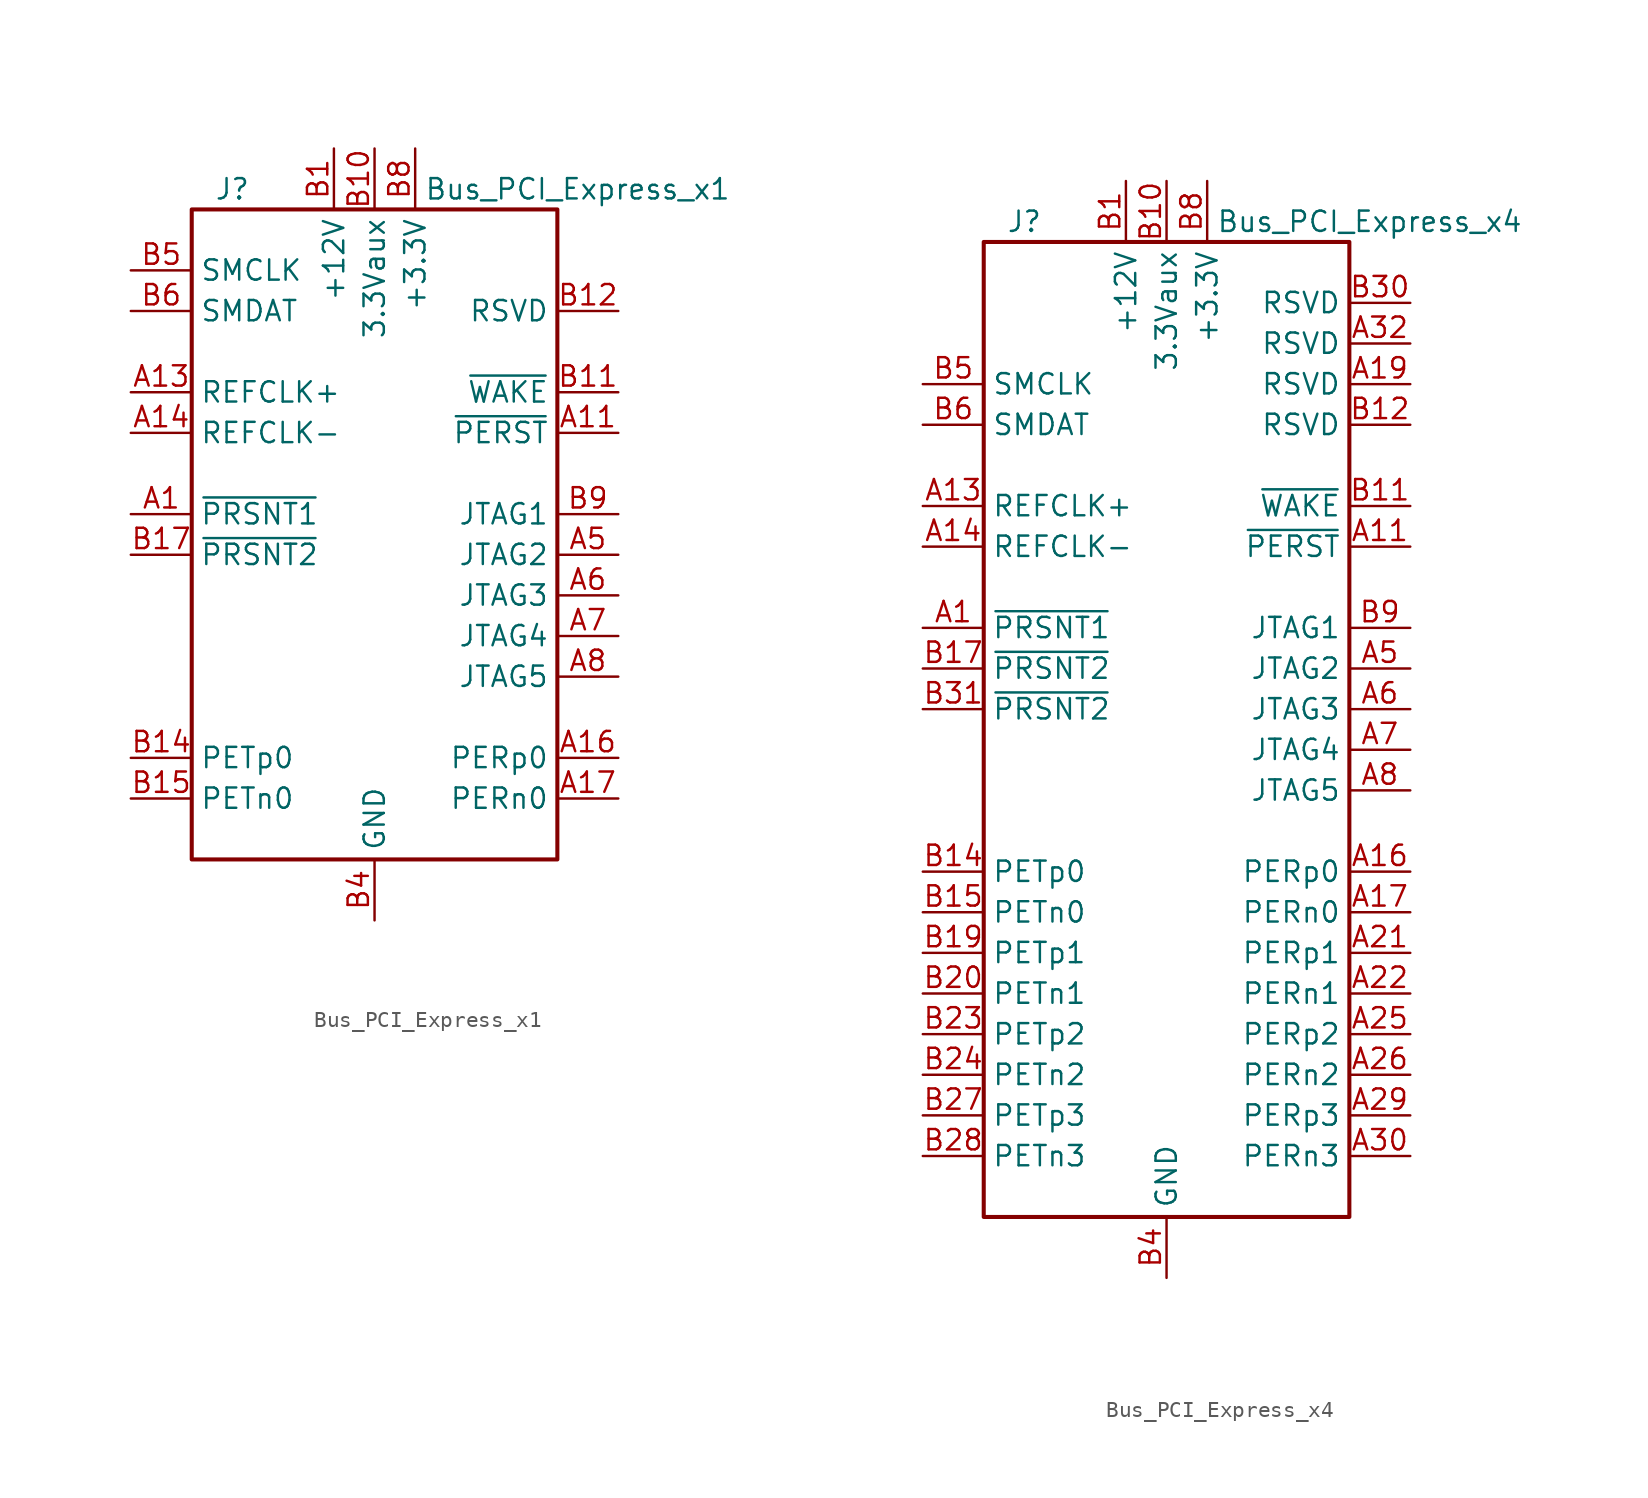
<source format=kicad_sym>
(kicad_symbol_lib
  (version 20211014)
  (generator kicad_symbol_editor)
  (symbol "Bus_PCI_Express_x1"
    (property "Reference" "J"
      (at -8.89 22.86 0)
      (effects (font (size 1.27 1.27))))
    (property "Value" "Bus_PCI_Express_x1"
      (at 12.7 22.86 0)
      (effects (font (size 1.27 1.27))))
    (symbol "Bus_PCI_Express_x1_0_1"
      (rectangle (start -11.43 21.59) (end 11.43 -19.05) (stroke (width 0.254) (type default) (color 0 0 0 0)) (fill (type none))))
    (symbol "Bus_PCI_Express_x1_1_1"
      (pin passive line (at -15.24 2.54 0) (length 3.81) (name "~{PRSNT1}" (effects (font (size 1.27 1.27)))) (number "A1" (effects (font (size 1.27 1.27)))))
      (pin passive line (at 2.54 25.4 270) (length 3.81) hide (name "+3.3V" (effects (font (size 1.27 1.27)))) (number "A10" (effects (font (size 1.27 1.27)))))
      (pin input line (at 15.24 7.62 180) (length 3.81) (name "~{PERST}" (effects (font (size 1.27 1.27)))) (number "A11" (effects (font (size 1.27 1.27)))))
      (pin passive line (at 0 -22.86 90) (length 3.81) hide (name "GND" (effects (font (size 1.27 1.27)))) (number "A12" (effects (font (size 1.27 1.27)))))
      (pin input line (at -15.24 10.16 0) (length 3.81) (name "REFCLK+" (effects (font (size 1.27 1.27)))) (number "A13" (effects (font (size 1.27 1.27)))))
      (pin input line (at -15.24 7.62 0) (length 3.81) (name "REFCLK-" (effects (font (size 1.27 1.27)))) (number "A14" (effects (font (size 1.27 1.27)))))
      (pin passive line (at 0 -22.86 90) (length 3.81) hide (name "GND" (effects (font (size 1.27 1.27)))) (number "A15" (effects (font (size 1.27 1.27)))))
      (pin output line (at 15.24 -12.7 180) (length 3.81) (name "PERp0" (effects (font (size 1.27 1.27)))) (number "A16" (effects (font (size 1.27 1.27)))))
      (pin output line (at 15.24 -15.24 180) (length 3.81) (name "PERn0" (effects (font (size 1.27 1.27)))) (number "A17" (effects (font (size 1.27 1.27)))))
      (pin passive line (at 0 -22.86 90) (length 3.81) hide (name "GND" (effects (font (size 1.27 1.27)))) (number "A18" (effects (font (size 1.27 1.27)))))
      (pin passive line (at -2.54 25.4 270) (length 3.81) hide (name "+12V" (effects (font (size 1.27 1.27)))) (number "A2" (effects (font (size 1.27 1.27)))))
      (pin passive line (at -2.54 25.4 270) (length 3.81) hide (name "+12V" (effects (font (size 1.27 1.27)))) (number "A3" (effects (font (size 1.27 1.27)))))
      (pin passive line (at 0 -22.86 90) (length 3.81) hide (name "GND" (effects (font (size 1.27 1.27)))) (number "A4" (effects (font (size 1.27 1.27)))))
      (pin input line (at 15.24 0 180) (length 3.81) (name "JTAG2" (effects (font (size 1.27 1.27)))) (number "A5" (effects (font (size 1.27 1.27)))))
      (pin input line (at 15.24 -2.54 180) (length 3.81) (name "JTAG3" (effects (font (size 1.27 1.27)))) (number "A6" (effects (font (size 1.27 1.27)))))
      (pin output line (at 15.24 -5.08 180) (length 3.81) (name "JTAG4" (effects (font (size 1.27 1.27)))) (number "A7" (effects (font (size 1.27 1.27)))))
      (pin input line (at 15.24 -7.62 180) (length 3.81) (name "JTAG5" (effects (font (size 1.27 1.27)))) (number "A8" (effects (font (size 1.27 1.27)))))
      (pin passive line (at 2.54 25.4 270) (length 3.81) hide (name "+3.3V" (effects (font (size 1.27 1.27)))) (number "A9" (effects (font (size 1.27 1.27)))))
      (pin power_in line (at -2.54 25.4 270) (length 3.81) (name "+12V" (effects (font (size 1.27 1.27)))) (number "B1" (effects (font (size 1.27 1.27)))))
      (pin power_in line (at 0 25.4 270) (length 3.81) (name "3.3Vaux" (effects (font (size 1.27 1.27)))) (number "B10" (effects (font (size 1.27 1.27)))))
      (pin open_collector line (at 15.24 10.16 180) (length 3.81) (name "~{WAKE}" (effects (font (size 1.27 1.27)))) (number "B11" (effects (font (size 1.27 1.27)))))
      (pin passive line (at 15.24 15.24 180) (length 3.81) (name "RSVD" (effects (font (size 1.27 1.27)))) (number "B12" (effects (font (size 1.27 1.27)))))
      (pin passive line (at 0 -22.86 90) (length 3.81) hide (name "GND" (effects (font (size 1.27 1.27)))) (number "B13" (effects (font (size 1.27 1.27)))))
      (pin input line (at -15.24 -12.7 0) (length 3.81) (name "PETp0" (effects (font (size 1.27 1.27)))) (number "B14" (effects (font (size 1.27 1.27)))))
      (pin input line (at -15.24 -15.24 0) (length 3.81) (name "PETn0" (effects (font (size 1.27 1.27)))) (number "B15" (effects (font (size 1.27 1.27)))))
      (pin passive line (at 0 -22.86 90) (length 3.81) hide (name "GND" (effects (font (size 1.27 1.27)))) (number "B16" (effects (font (size 1.27 1.27)))))
      (pin passive line (at -15.24 0 0) (length 3.81) (name "~{PRSNT2}" (effects (font (size 1.27 1.27)))) (number "B17" (effects (font (size 1.27 1.27)))))
      (pin passive line (at 0 -22.86 90) (length 3.81) hide (name "GND" (effects (font (size 1.27 1.27)))) (number "B18" (effects (font (size 1.27 1.27)))))
      (pin passive line (at -2.54 25.4 270) (length 3.81) hide (name "+12V" (effects (font (size 1.27 1.27)))) (number "B2" (effects (font (size 1.27 1.27)))))
      (pin passive line (at -2.54 25.4 270) (length 3.81) hide (name "+12V" (effects (font (size 1.27 1.27)))) (number "B3" (effects (font (size 1.27 1.27)))))
      (pin power_in line (at 0 -22.86 90) (length 3.81) (name "GND" (effects (font (size 1.27 1.27)))) (number "B4" (effects (font (size 1.27 1.27)))))
      (pin input line (at -15.24 17.78 0) (length 3.81) (name "SMCLK" (effects (font (size 1.27 1.27)))) (number "B5" (effects (font (size 1.27 1.27)))))
      (pin bidirectional line (at -15.24 15.24 0) (length 3.81) (name "SMDAT" (effects (font (size 1.27 1.27)))) (number "B6" (effects (font (size 1.27 1.27)))))
      (pin passive line (at 0 -22.86 90) (length 3.81) hide (name "GND" (effects (font (size 1.27 1.27)))) (number "B7" (effects (font (size 1.27 1.27)))))
      (pin power_in line (at 2.54 25.4 270) (length 3.81) (name "+3.3V" (effects (font (size 1.27 1.27)))) (number "B8" (effects (font (size 1.27 1.27)))))
      (pin input line (at 15.24 2.54 180) (length 3.81) (name "JTAG1" (effects (font (size 1.27 1.27)))) (number "B9" (effects (font (size 1.27 1.27)))))))
  (symbol "Bus_PCI_Express_x4"
    (property "Reference" "J"
      (at -8.89 33.02 0)
      (effects (font (size 1.27 1.27))))
    (property "Value" "Bus_PCI_Express_x4"
      (at 12.7 33.02 0)
      (effects (font (size 1.27 1.27))))
    (symbol "Bus_PCI_Express_x4_0_1"
      (rectangle (start -11.43 31.75) (end 11.43 -29.21) (stroke (width 0.254) (type default) (color 0 0 0 0)) (fill (type none))))
    (symbol "Bus_PCI_Express_x4_1_1"
      (pin passive line (at -15.24 7.62 0) (length 3.81) (name "~{PRSNT1}" (effects (font (size 1.27 1.27)))) (number "A1" (effects (font (size 1.27 1.27)))))
      (pin passive line (at 2.54 35.56 270) (length 3.81) hide (name "+3.3V" (effects (font (size 1.27 1.27)))) (number "A10" (effects (font (size 1.27 1.27)))))
      (pin input line (at 15.24 12.7 180) (length 3.81) (name "~{PERST}" (effects (font (size 1.27 1.27)))) (number "A11" (effects (font (size 1.27 1.27)))))
      (pin passive line (at 0 -33.02 90) (length 3.81) hide (name "GND" (effects (font (size 1.27 1.27)))) (number "A12" (effects (font (size 1.27 1.27)))))
      (pin input line (at -15.24 15.24 0) (length 3.81) (name "REFCLK+" (effects (font (size 1.27 1.27)))) (number "A13" (effects (font (size 1.27 1.27)))))
      (pin input line (at -15.24 12.7 0) (length 3.81) (name "REFCLK-" (effects (font (size 1.27 1.27)))) (number "A14" (effects (font (size 1.27 1.27)))))
      (pin passive line (at 0 -33.02 90) (length 3.81) hide (name "GND" (effects (font (size 1.27 1.27)))) (number "A15" (effects (font (size 1.27 1.27)))))
      (pin output line (at 15.24 -7.62 180) (length 3.81) (name "PERp0" (effects (font (size 1.27 1.27)))) (number "A16" (effects (font (size 1.27 1.27)))))
      (pin output line (at 15.24 -10.16 180) (length 3.81) (name "PERn0" (effects (font (size 1.27 1.27)))) (number "A17" (effects (font (size 1.27 1.27)))))
      (pin passive line (at 0 -33.02 90) (length 3.81) hide (name "GND" (effects (font (size 1.27 1.27)))) (number "A18" (effects (font (size 1.27 1.27)))))
      (pin passive line (at 15.24 22.86 180) (length 3.81) (name "RSVD" (effects (font (size 1.27 1.27)))) (number "A19" (effects (font (size 1.27 1.27)))))
      (pin passive line (at -2.54 35.56 270) (length 3.81) hide (name "+12V" (effects (font (size 1.27 1.27)))) (number "A2" (effects (font (size 1.27 1.27)))))
      (pin passive line (at 0 -33.02 90) (length 3.81) hide (name "GND" (effects (font (size 1.27 1.27)))) (number "A20" (effects (font (size 1.27 1.27)))))
      (pin output line (at 15.24 -12.7 180) (length 3.81) (name "PERp1" (effects (font (size 1.27 1.27)))) (number "A21" (effects (font (size 1.27 1.27)))))
      (pin output line (at 15.24 -15.24 180) (length 3.81) (name "PERn1" (effects (font (size 1.27 1.27)))) (number "A22" (effects (font (size 1.27 1.27)))))
      (pin passive line (at 0 -33.02 90) (length 3.81) hide (name "GND" (effects (font (size 1.27 1.27)))) (number "A23" (effects (font (size 1.27 1.27)))))
      (pin passive line (at 0 -33.02 90) (length 3.81) hide (name "GND" (effects (font (size 1.27 1.27)))) (number "A24" (effects (font (size 1.27 1.27)))))
      (pin output line (at 15.24 -17.78 180) (length 3.81) (name "PERp2" (effects (font (size 1.27 1.27)))) (number "A25" (effects (font (size 1.27 1.27)))))
      (pin output line (at 15.24 -20.32 180) (length 3.81) (name "PERn2" (effects (font (size 1.27 1.27)))) (number "A26" (effects (font (size 1.27 1.27)))))
      (pin passive line (at 0 -33.02 90) (length 3.81) hide (name "GND" (effects (font (size 1.27 1.27)))) (number "A27" (effects (font (size 1.27 1.27)))))
      (pin passive line (at 0 -33.02 90) (length 3.81) hide (name "GND" (effects (font (size 1.27 1.27)))) (number "A28" (effects (font (size 1.27 1.27)))))
      (pin output line (at 15.24 -22.86 180) (length 3.81) (name "PERp3" (effects (font (size 1.27 1.27)))) (number "A29" (effects (font (size 1.27 1.27)))))
      (pin passive line (at -2.54 35.56 270) (length 3.81) hide (name "+12V" (effects (font (size 1.27 1.27)))) (number "A3" (effects (font (size 1.27 1.27)))))
      (pin output line (at 15.24 -25.4 180) (length 3.81) (name "PERn3" (effects (font (size 1.27 1.27)))) (number "A30" (effects (font (size 1.27 1.27)))))
      (pin passive line (at 0 -33.02 90) (length 3.81) hide (name "GND" (effects (font (size 1.27 1.27)))) (number "A31" (effects (font (size 1.27 1.27)))))
      (pin passive line (at 15.24 25.4 180) (length 3.81) (name "RSVD" (effects (font (size 1.27 1.27)))) (number "A32" (effects (font (size 1.27 1.27)))))
      (pin passive line (at 0 -33.02 90) (length 3.81) hide (name "GND" (effects (font (size 1.27 1.27)))) (number "A4" (effects (font (size 1.27 1.27)))))
      (pin input line (at 15.24 5.08 180) (length 3.81) (name "JTAG2" (effects (font (size 1.27 1.27)))) (number "A5" (effects (font (size 1.27 1.27)))))
      (pin input line (at 15.24 2.54 180) (length 3.81) (name "JTAG3" (effects (font (size 1.27 1.27)))) (number "A6" (effects (font (size 1.27 1.27)))))
      (pin output line (at 15.24 0 180) (length 3.81) (name "JTAG4" (effects (font (size 1.27 1.27)))) (number "A7" (effects (font (size 1.27 1.27)))))
      (pin input line (at 15.24 -2.54 180) (length 3.81) (name "JTAG5" (effects (font (size 1.27 1.27)))) (number "A8" (effects (font (size 1.27 1.27)))))
      (pin passive line (at 2.54 35.56 270) (length 3.81) hide (name "+3.3V" (effects (font (size 1.27 1.27)))) (number "A9" (effects (font (size 1.27 1.27)))))
      (pin power_in line (at -2.54 35.56 270) (length 3.81) (name "+12V" (effects (font (size 1.27 1.27)))) (number "B1" (effects (font (size 1.27 1.27)))))
      (pin power_in line (at 0 35.56 270) (length 3.81) (name "3.3Vaux" (effects (font (size 1.27 1.27)))) (number "B10" (effects (font (size 1.27 1.27)))))
      (pin open_collector line (at 15.24 15.24 180) (length 3.81) (name "~{WAKE}" (effects (font (size 1.27 1.27)))) (number "B11" (effects (font (size 1.27 1.27)))))
      (pin passive line (at 15.24 20.32 180) (length 3.81) (name "RSVD" (effects (font (size 1.27 1.27)))) (number "B12" (effects (font (size 1.27 1.27)))))
      (pin passive line (at 0 -33.02 90) (length 3.81) hide (name "GND" (effects (font (size 1.27 1.27)))) (number "B13" (effects (font (size 1.27 1.27)))))
      (pin input line (at -15.24 -7.62 0) (length 3.81) (name "PETp0" (effects (font (size 1.27 1.27)))) (number "B14" (effects (font (size 1.27 1.27)))))
      (pin input line (at -15.24 -10.16 0) (length 3.81) (name "PETn0" (effects (font (size 1.27 1.27)))) (number "B15" (effects (font (size 1.27 1.27)))))
      (pin passive line (at 0 -33.02 90) (length 3.81) hide (name "GND" (effects (font (size 1.27 1.27)))) (number "B16" (effects (font (size 1.27 1.27)))))
      (pin passive line (at -15.24 5.08 0) (length 3.81) (name "~{PRSNT2}" (effects (font (size 1.27 1.27)))) (number "B17" (effects (font (size 1.27 1.27)))))
      (pin passive line (at 0 -33.02 90) (length 3.81) hide (name "GND" (effects (font (size 1.27 1.27)))) (number "B18" (effects (font (size 1.27 1.27)))))
      (pin input line (at -15.24 -12.7 0) (length 3.81) (name "PETp1" (effects (font (size 1.27 1.27)))) (number "B19" (effects (font (size 1.27 1.27)))))
      (pin passive line (at -2.54 35.56 270) (length 3.81) hide (name "+12V" (effects (font (size 1.27 1.27)))) (number "B2" (effects (font (size 1.27 1.27)))))
      (pin input line (at -15.24 -15.24 0) (length 3.81) (name "PETn1" (effects (font (size 1.27 1.27)))) (number "B20" (effects (font (size 1.27 1.27)))))
      (pin passive line (at 0 -33.02 90) (length 3.81) hide (name "GND" (effects (font (size 1.27 1.27)))) (number "B21" (effects (font (size 1.27 1.27)))))
      (pin passive line (at 0 -33.02 90) (length 3.81) hide (name "GND" (effects (font (size 1.27 1.27)))) (number "B22" (effects (font (size 1.27 1.27)))))
      (pin input line (at -15.24 -17.78 0) (length 3.81) (name "PETp2" (effects (font (size 1.27 1.27)))) (number "B23" (effects (font (size 1.27 1.27)))))
      (pin input line (at -15.24 -20.32 0) (length 3.81) (name "PETn2" (effects (font (size 1.27 1.27)))) (number "B24" (effects (font (size 1.27 1.27)))))
      (pin passive line (at 0 -33.02 90) (length 3.81) hide (name "GND" (effects (font (size 1.27 1.27)))) (number "B25" (effects (font (size 1.27 1.27)))))
      (pin passive line (at 0 -33.02 90) (length 3.81) hide (name "GND" (effects (font (size 1.27 1.27)))) (number "B26" (effects (font (size 1.27 1.27)))))
      (pin input line (at -15.24 -22.86 0) (length 3.81) (name "PETp3" (effects (font (size 1.27 1.27)))) (number "B27" (effects (font (size 1.27 1.27)))))
      (pin input line (at -15.24 -25.4 0) (length 3.81) (name "PETn3" (effects (font (size 1.27 1.27)))) (number "B28" (effects (font (size 1.27 1.27)))))
      (pin passive line (at 0 -33.02 90) (length 3.81) hide (name "GND" (effects (font (size 1.27 1.27)))) (number "B29" (effects (font (size 1.27 1.27)))))
      (pin passive line (at -2.54 35.56 270) (length 3.81) hide (name "+12V" (effects (font (size 1.27 1.27)))) (number "B3" (effects (font (size 1.27 1.27)))))
      (pin passive line (at 15.24 27.94 180) (length 3.81) (name "RSVD" (effects (font (size 1.27 1.27)))) (number "B30" (effects (font (size 1.27 1.27)))))
      (pin passive line (at -15.24 2.54 0) (length 3.81) (name "~{PRSNT2}" (effects (font (size 1.27 1.27)))) (number "B31" (effects (font (size 1.27 1.27)))))
      (pin passive line (at 0 -33.02 90) (length 3.81) hide (name "GND" (effects (font (size 1.27 1.27)))) (number "B32" (effects (font (size 1.27 1.27)))))
      (pin power_in line (at 0 -33.02 90) (length 3.81) (name "GND" (effects (font (size 1.27 1.27)))) (number "B4" (effects (font (size 1.27 1.27)))))
      (pin input line (at -15.24 22.86 0) (length 3.81) (name "SMCLK" (effects (font (size 1.27 1.27)))) (number "B5" (effects (font (size 1.27 1.27)))))
      (pin bidirectional line (at -15.24 20.32 0) (length 3.81) (name "SMDAT" (effects (font (size 1.27 1.27)))) (number "B6" (effects (font (size 1.27 1.27)))))
      (pin passive line (at 0 -33.02 90) (length 3.81) hide (name "GND" (effects (font (size 1.27 1.27)))) (number "B7" (effects (font (size 1.27 1.27)))))
      (pin power_in line (at 2.54 35.56 270) (length 3.81) (name "+3.3V" (effects (font (size 1.27 1.27)))) (number "B8" (effects (font (size 1.27 1.27)))))
      (pin input line (at 15.24 7.62 180) (length 3.81) (name "JTAG1" (effects (font (size 1.27 1.27)))) (number "B9" (effects (font (size 1.27 1.27))))))))
</source>
